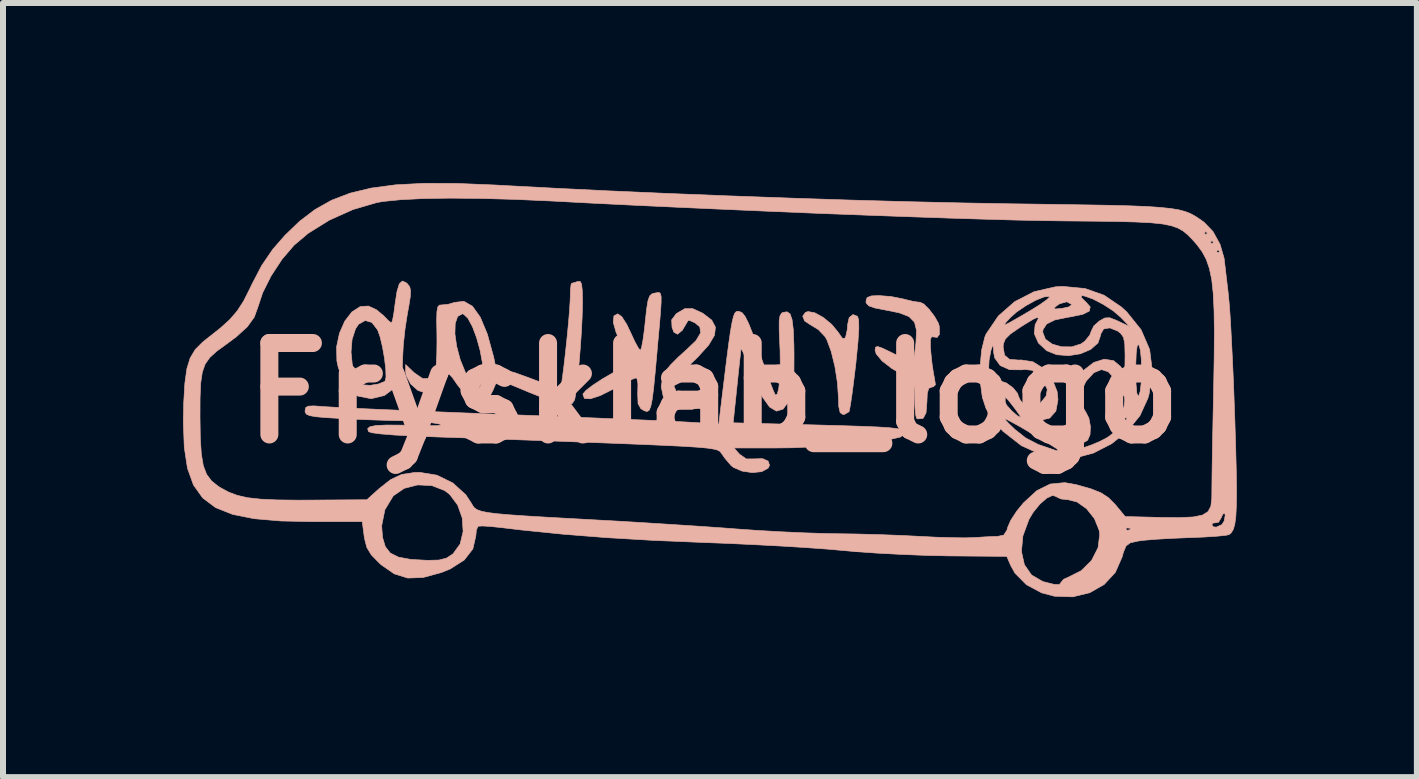
<source format=kicad_pcb>
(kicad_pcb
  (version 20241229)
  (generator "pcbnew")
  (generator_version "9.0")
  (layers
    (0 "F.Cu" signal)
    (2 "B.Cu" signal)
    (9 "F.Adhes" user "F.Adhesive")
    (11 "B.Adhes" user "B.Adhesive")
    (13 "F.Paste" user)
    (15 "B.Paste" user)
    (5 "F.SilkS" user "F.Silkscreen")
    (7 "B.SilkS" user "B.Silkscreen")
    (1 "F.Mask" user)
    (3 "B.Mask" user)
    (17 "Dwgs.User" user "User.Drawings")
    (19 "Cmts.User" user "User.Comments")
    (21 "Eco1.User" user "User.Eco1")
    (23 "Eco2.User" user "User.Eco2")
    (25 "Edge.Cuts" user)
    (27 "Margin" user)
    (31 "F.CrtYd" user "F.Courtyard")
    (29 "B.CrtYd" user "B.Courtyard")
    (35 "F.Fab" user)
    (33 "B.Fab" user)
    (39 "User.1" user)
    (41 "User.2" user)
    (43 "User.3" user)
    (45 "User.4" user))
  (footprint "Frysklab_logo"
    (layer "F.Cu")
    (at 8.841 3.501)
    (property "Reference" "Frysklab_logo" (at 0 0 0) (layer "B.SilkS") (effects (font (size 1.524 1.524) (thickness 0.3))))
    (attr through_hole)
    (fp_poly (pts (xy 1.688 -1.338) (xy 1.831 -1.259) (xy 1.971 -1.143) (xy 2.077 -1.014) (xy 2.143 -0.918) (xy 2.183 -0.906) (xy 2.203 -0.941) (xy 2.229 -1.059) (xy 2.235 -1.144) (xy 2.261 -1.259) (xy 2.324 -1.309) (xy 2.4 -1.278) (xy 2.419 -1.215) (xy 2.421 -1.076) (xy 2.407 -0.853) (xy 2.376 -0.539) (xy 2.37 -0.48) (xy 2.338 -0.215) (xy 2.308 0.016) (xy 2.282 0.191) (xy 2.263 0.293) (xy 2.258 0.31) (xy 2.187 0.352) (xy 2.156 0.356) (xy 2.11 0.326) (xy 2.087 0.226) (xy 2.082 0.089) (xy 2.065 -0.17) (xy 2.023 -0.441) (xy 1.962 -0.69) (xy 1.89 -0.885) (xy 1.859 -0.94) (xy 1.746 -1.059) (xy 1.619 -1.136) (xy 1.518 -1.202) (xy 1.486 -1.281) (xy 1.53 -1.344) (xy 1.575 -1.359) (xy 1.688 -1.338)) (stroke (width 0.01) (type solid)) (fill yes) (layer "B.SilkS"))
    (fp_poly (pts (xy -0.184 -1.333) (xy -0.17 -1.324) (xy -0.03 -1.216) (xy 0.032 -1.099) (xy 0.016 -0.964) (xy -0.081 -0.801) (xy -0.263 -0.6) (xy -0.361 -0.505) (xy -0.512 -0.35) (xy -0.617 -0.216) (xy -0.66 -0.125) (xy -0.66 -0.119) (xy -0.616 -0.011) (xy -0.496 0.052) (xy -0.318 0.063) (xy -0.203 0.045) (xy -0.036 0.018) (xy 0.039 0.033) (xy 0.024 0.09) (xy -0.028 0.148) (xy -0.166 0.225) (xy -0.357 0.27) (xy -0.558 0.272) (xy -0.592 0.267) (xy -0.741 0.196) (xy -0.837 0.061) (xy -0.873 -0.111) (xy -0.839 -0.294) (xy -0.797 -0.374) (xy -0.714 -0.473) (xy -0.583 -0.604) (xy -0.459 -0.715) (xy -0.291 -0.876) (xy -0.215 -1.004) (xy -0.229 -1.104) (xy -0.309 -1.171) (xy -0.393 -1.208) (xy -0.423 -1.211) (xy -0.521 -1.046) (xy -0.6 -0.981) (xy -0.661 -1.015) (xy -0.692 -1.097) (xy -0.698 -1.221) (xy -0.626 -1.317) (xy -0.612 -1.329) (xy -0.48 -1.407) (xy -0.348 -1.408) (xy -0.184 -1.333)) (stroke (width 0.01) (type solid)) (fill yes) (layer "B.SilkS"))
    (fp_poly (pts (xy -0.883 -1.655) (xy -0.873 -1.602) (xy -0.874 -1.503) (xy -0.884 -1.345) (xy -0.903 -1.115) (xy -0.932 -0.801) (xy -0.941 -0.692) (xy -0.973 -0.339) (xy -0.999 -0.076) (xy -1.023 0.109) (xy -1.047 0.227) (xy -1.075 0.289) (xy -1.111 0.307) (xy -1.156 0.293) (xy -1.212 0.259) (xy -1.258 0.176) (xy -1.264 0.007) (xy -1.263 -0.019) (xy -1.26 -0.157) (xy -1.276 -0.242) (xy -1.29 -0.254) (xy -1.355 -0.231) (xy -1.481 -0.169) (xy -1.642 -0.083) (xy -1.654 -0.076) (xy -1.885 0.04) (xy -2.053 0.095) (xy -2.152 0.089) (xy -2.177 0.02) (xy -2.175 0.013) (xy -2.127 -0.044) (xy -2.013 -0.131) (xy -1.856 -0.234) (xy -1.681 -0.336) (xy -1.512 -0.423) (xy -1.404 -0.47) (xy -1.403 -0.519) (xy -1.444 -0.632) (xy -1.518 -0.784) (xy -1.623 -1.009) (xy -1.671 -1.18) (xy -1.66 -1.287) (xy -1.596 -1.321) (xy -1.529 -1.274) (xy -1.446 -1.144) (xy -1.385 -1.016) (xy -1.313 -0.861) (xy -1.253 -0.751) (xy -1.219 -0.711) (xy -1.2 -0.758) (xy -1.176 -0.884) (xy -1.151 -1.067) (xy -1.139 -1.181) (xy -1.115 -1.402) (xy -1.092 -1.542) (xy -1.064 -1.62) (xy -1.024 -1.656) (xy -0.978 -1.667) (xy -0.935 -1.675) (xy -0.903 -1.675) (xy -0.883 -1.655)) (stroke (width 0.01) (type solid)) (fill yes) (layer "B.SilkS"))
    (fp_poly (pts (xy -5.118 -1.837) (xy -5.104 -1.824) (xy -5.065 -1.775) (xy -5.049 -1.712) (xy -5.053 -1.61) (xy -5.079 -1.445) (xy -5.102 -1.323) (xy -5.141 -1.07) (xy -5.17 -0.802) (xy -5.182 -0.574) (xy -5.182 -0.563) (xy -5.188 -0.361) (xy -5.213 -0.23) (xy -5.263 -0.137) (xy -5.288 -0.108) (xy -5.485 0.04) (xy -5.706 0.093) (xy -5.931 0.049) (xy -6.059 -0.049) (xy -6.173 -0.218) (xy -6.254 -0.429) (xy -6.277 -0.535) (xy -6.28 -0.684) (xy -6.041 -0.684) (xy -6.02 -0.475) (xy -5.965 -0.294) (xy -5.881 -0.169) (xy -5.83 -0.137) (xy -5.724 -0.129) (xy -5.588 -0.151) (xy -5.482 -0.193) (xy -5.473 -0.201) (xy -5.458 -0.269) (xy -5.463 -0.406) (xy -5.484 -0.583) (xy -5.517 -0.771) (xy -5.557 -0.938) (xy -5.597 -1.051) (xy -5.693 -1.177) (xy -5.805 -1.21) (xy -5.914 -1.149) (xy -5.966 -1.072) (xy -6.024 -0.893) (xy -6.041 -0.684) (xy -6.28 -0.684) (xy -6.282 -0.77) (xy -6.234 -0.997) (xy -6.146 -1.198) (xy -6.027 -1.352) (xy -5.888 -1.442) (xy -5.752 -1.451) (xy -5.618 -1.389) (xy -5.502 -1.293) (xy -5.419 -1.208) (xy -5.369 -1.169) (xy -5.367 -1.168) (xy -5.349 -1.214) (xy -5.327 -1.333) (xy -5.31 -1.464) (xy -5.276 -1.69) (xy -5.236 -1.822) (xy -5.185 -1.868) (xy -5.118 -1.837)) (stroke (width 0.01) (type solid)) (fill yes) (layer "B.SilkS"))
    (fp_poly (pts (xy 2.954 -1.61) (xy 3.153 -1.571) (xy 3.175 -1.565) (xy 3.317 -1.53) (xy 3.421 -1.515) (xy 3.438 -1.516) (xy 3.503 -1.485) (xy 3.593 -1.396) (xy 3.682 -1.279) (xy 3.746 -1.167) (xy 3.761 -1.118) (xy 3.765 -0.979) (xy 3.725 -0.927) (xy 3.678 -0.935) (xy 3.634 -0.939) (xy 3.614 -0.894) (xy 3.614 -0.78) (xy 3.622 -0.673) (xy 3.642 -0.484) (xy 3.668 -0.315) (xy 3.683 -0.241) (xy 3.698 -0.139) (xy 3.66 -0.103) (xy 3.638 -0.102) (xy 3.587 -0.079) (xy 3.562 0.003) (xy 3.556 0.147) (xy 3.541 0.33) (xy 3.495 0.418) (xy 3.485 0.423) (xy 3.403 0.43) (xy 3.383 0.42) (xy 3.367 0.356) (xy 3.356 0.223) (xy 3.353 0.094) (xy 3.349 -0.074) (xy 3.329 -0.172) (xy 3.278 -0.233) (xy 3.188 -0.284) (xy 2.973 -0.409) (xy 2.808 -0.537) (xy 2.711 -0.653) (xy 2.692 -0.715) (xy 2.699 -0.764) (xy 2.733 -0.777) (xy 2.812 -0.75) (xy 2.958 -0.68) (xy 3.002 -0.658) (xy 3.159 -0.582) (xy 3.275 -0.531) (xy 3.326 -0.517) (xy 3.326 -0.517) (xy 3.338 -0.572) (xy 3.356 -0.699) (xy 3.373 -0.842) (xy 3.383 -1.043) (xy 3.349 -1.182) (xy 3.258 -1.275) (xy 3.094 -1.338) (xy 2.876 -1.382) (xy 2.691 -1.418) (xy 2.587 -1.454) (xy 2.545 -1.5) (xy 2.54 -1.532) (xy 2.559 -1.592) (xy 2.632 -1.62) (xy 2.756 -1.625) (xy 2.954 -1.61)) (stroke (width 0.01) (type solid)) (fill yes) (layer "B.SilkS"))
    (fp_poly (pts (xy -2.2 -1.82) (xy -2.188 -1.714) (xy -2.184 -1.527) (xy -2.184 -1.491) (xy -2.189 -1.286) (xy -2.201 -1.033) (xy -2.22 -0.758) (xy -2.242 -0.483) (xy -2.266 -0.233) (xy -2.29 -0.031) (xy -2.312 0.098) (xy -2.316 0.114) (xy -2.356 0.174) (xy -2.436 0.195) (xy -2.569 0.174) (xy -2.766 0.11) (xy -3.039 0.000223) (xy -3.048 -0.003) (xy -3.254 -0.089) (xy -3.425 -0.16) (xy -3.541 -0.205) (xy -3.576 -0.218) (xy -3.618 -0.182) (xy -3.662 -0.081) (xy -3.666 -0.067) (xy -3.742 0.083) (xy -3.855 0.146) (xy -3.993 0.126) (xy -4.14 0.023) (xy -4.271 -0.142) (xy -4.351 -0.258) (xy -4.405 -0.317) (xy -4.42 -0.312) (xy -4.461 -0.217) (xy -4.561 -0.113) (xy -4.684 -0.031) (xy -4.789 0) (xy -4.926 -0.044) (xy -5.048 -0.153) (xy -5.122 -0.293) (xy -5.131 -0.356) (xy -5.131 -0.476) (xy -4.987 -0.338) (xy -4.848 -0.243) (xy -4.735 -0.244) (xy -4.651 -0.34) (xy -4.638 -0.373) (xy -4.622 -0.47) (xy -4.612 -0.64) (xy -4.609 -0.854) (xy -4.61 -0.981) (xy -4.61 -0.988) (xy -4.31 -0.988) (xy -4.281 -0.781) (xy -4.222 -0.558) (xy -4.133 -0.339) (xy -4.066 -0.216) (xy -3.984 -0.095) (xy -3.932 -0.061) (xy -3.889 -0.111) (xy -3.86 -0.181) (xy -3.839 -0.317) (xy -3.851 -0.502) (xy -3.89 -0.711) (xy -3.948 -0.921) (xy -4.018 -1.108) (xy -4.094 -1.248) (xy -4.168 -1.317) (xy -4.187 -1.321) (xy -4.265 -1.277) (xy -4.305 -1.16) (xy -4.31 -0.988) (xy -4.61 -0.988) (xy -4.614 -1.21) (xy -4.61 -1.355) (xy -4.596 -1.435) (xy -4.569 -1.466) (xy -4.533 -1.469) (xy -4.42 -1.48) (xy -4.318 -1.511) (xy -4.161 -1.53) (xy -4.018 -1.448) (xy -3.887 -1.265) (xy -3.769 -0.982) (xy -3.664 -0.599) (xy -3.63 -0.434) (xy -3.601 -0.34) (xy -3.567 -0.34) (xy -3.557 -0.354) (xy -3.519 -0.38) (xy -3.444 -0.377) (xy -3.314 -0.341) (xy -3.113 -0.269) (xy -3.04 -0.242) (xy -2.839 -0.166) (xy -2.677 -0.109) (xy -2.575 -0.077) (xy -2.551 -0.074) (xy -2.537 -0.13) (xy -2.517 -0.267) (xy -2.492 -0.461) (xy -2.466 -0.69) (xy -2.44 -0.934) (xy -2.417 -1.171) (xy -2.4 -1.378) (xy -2.39 -1.534) (xy -2.388 -1.587) (xy -2.384 -1.728) (xy -2.373 -1.815) (xy -2.366 -1.829) (xy -2.307 -1.845) (xy -2.265 -1.86) (xy -2.224 -1.862) (xy -2.2 -1.82)) (stroke (width 0.01) (type solid)) (fill yes) (layer "B.SilkS"))
    (fp_poly (pts (xy 0.428 -1.361) (xy 0.477 -1.339) (xy 0.527 -1.276) (xy 0.585 -1.16) (xy 0.658 -0.976) (xy 0.753 -0.711) (xy 0.766 -0.673) (xy 0.853 -0.428) (xy 0.929 -0.218) (xy 0.988 -0.062) (xy 1.024 0.022) (xy 1.03 0.031) (xy 1.062 0.018) (xy 1.087 -0.08) (xy 1.105 -0.245) (xy 1.112 -0.461) (xy 1.109 -0.71) (xy 1.104 -0.816) (xy 1.094 -1.05) (xy 1.094 -1.202) (xy 1.108 -1.29) (xy 1.136 -1.333) (xy 1.156 -1.344) (xy 1.226 -1.355) (xy 1.276 -1.319) (xy 1.309 -1.223) (xy 1.329 -1.056) (xy 1.339 -0.805) (xy 1.341 -0.651) (xy 1.34 -0.368) (xy 1.332 -0.166) (xy 1.314 -0.023) (xy 1.283 0.082) (xy 1.256 0.14) (xy 1.155 0.269) (xy 1.048 0.3) (xy 0.934 0.232) (xy 0.813 0.063) (xy 0.683 -0.205) (xy 0.608 -0.394) (xy 0.542 -0.567) (xy 0.489 -0.688) (xy 0.46 -0.739) (xy 0.457 -0.737) (xy 0.45 -0.668) (xy 0.434 -0.521) (xy 0.412 -0.318) (xy 0.389 -0.096) (xy 0.327 0.495) (xy 1.675 0.53) (xy 2.113 0.542) (xy 2.46 0.553) (xy 2.726 0.564) (xy 2.92 0.576) (xy 3.054 0.591) (xy 3.137 0.608) (xy 3.179 0.63) (xy 3.19 0.657) (xy 3.186 0.677) (xy 3.115 0.732) (xy 2.944 0.772) (xy 2.673 0.798) (xy 2.302 0.809) (xy 2.248 0.81) (xy 2.01 0.816) (xy 1.836 0.83) (xy 1.74 0.851) (xy 1.727 0.864) (xy 1.678 0.885) (xy 1.537 0.901) (xy 1.315 0.911) (xy 1.034 0.914) (xy 0.34 0.914) (xy 0.435 1.02) (xy 0.546 1.097) (xy 0.679 1.096) (xy 0.817 1.092) (xy 0.909 1.133) (xy 0.934 1.203) (xy 0.909 1.251) (xy 0.803 1.309) (xy 0.646 1.325) (xy 0.476 1.3) (xy 0.332 1.238) (xy 0.29 1.204) (xy 0.192 1.089) (xy 0.126 0.995) (xy 0.105 0.97) (xy 0.065 0.949) (xy -0.002 0.932) (xy -0.109 0.916) (xy -0.264 0.902) (xy -0.477 0.888) (xy -0.76 0.874) (xy -1.121 0.858) (xy -1.571 0.84) (xy -1.703 0.835) (xy -2.183 0.817) (xy -2.687 0.798) (xy -3.193 0.78) (xy -3.676 0.762) (xy -4.113 0.747) (xy -4.482 0.735) (xy -4.597 0.731) (xy -4.992 0.716) (xy -5.312 0.699) (xy -5.549 0.68) (xy -5.698 0.66) (xy -5.75 0.641) (xy -5.764 0.593) (xy -5.726 0.56) (xy -5.624 0.54) (xy -5.448 0.532) (xy -5.187 0.534) (xy -5.035 0.537) (xy -4.776 0.543) (xy -4.614 0.542) (xy -4.543 0.534) (xy -4.558 0.519) (xy -4.597 0.509) (xy -4.752 0.486) (xy -4.963 0.468) (xy -5.184 0.46) (xy -5.186 0.46) (xy -5.4 0.456) (xy -5.675 0.447) (xy -5.972 0.435) (xy -6.19 0.424) (xy -6.45 0.409) (xy -6.625 0.394) (xy -6.732 0.375) (xy -6.786 0.35) (xy -6.806 0.315) (xy -6.807 0.294) (xy -6.798 0.243) (xy -6.757 0.218) (xy -6.662 0.213) (xy -6.49 0.225) (xy -6.464 0.227) (xy -6.347 0.234) (xy -6.138 0.245) (xy -5.851 0.259) (xy -5.496 0.275) (xy -5.084 0.292) (xy -4.627 0.311) (xy -4.135 0.331) (xy -3.62 0.351) (xy -3.505 0.355) (xy -2.98 0.375) (xy -2.471 0.395) (xy -1.99 0.414) (xy -1.549 0.433) (xy -1.159 0.449) (xy -0.832 0.463) (xy -0.582 0.475) (xy -0.419 0.484) (xy -0.401 0.485) (xy 0.088 0.515) (xy 0.117 0.27) (xy 0.172 -0.18) (xy 0.216 -0.54) (xy 0.252 -0.819) (xy 0.282 -1.028) (xy 0.308 -1.175) (xy 0.331 -1.273) (xy 0.353 -1.33) (xy 0.377 -1.357) (xy 0.404 -1.364) (xy 0.428 -1.361)) (stroke (width 0.01) (type solid)) (fill yes) (layer "B.SilkS"))
    (fp_poly (pts (xy 6.191 -1.743) (xy 6.509 -1.631) (xy 6.798 -1.434) (xy 6.888 -1.351) (xy 7.125 -1.056) (xy 7.267 -0.728) (xy 7.312 -0.371) (xy 7.259 0.014) (xy 7.239 0.085) (xy 7.105 0.378) (xy 6.896 0.635) (xy 6.632 0.845) (xy 6.333 0.998) (xy 6.016 1.084) (xy 5.702 1.091) (xy 5.512 1.049) (xy 5.13 0.875) (xy 4.816 0.63) (xy 4.656 0.421) (xy 4.851 0.421) (xy 4.858 0.44) (xy 4.924 0.511) (xy 5.024 0.607) (xy 5.202 0.747) (xy 5.411 0.856) (xy 5.684 0.949) (xy 5.728 0.962) (xy 5.74 0.944) (xy 5.716 0.926) (xy 6.036 0.926) (xy 6.08 0.929) (xy 6.174 0.907) (xy 6.296 0.865) (xy 6.426 0.811) (xy 6.542 0.752) (xy 6.588 0.723) (xy 6.709 0.627) (xy 6.812 0.529) (xy 6.877 0.45) (xy 6.887 0.41) (xy 6.879 0.408) (xy 6.806 0.437) (xy 6.736 0.483) (xy 6.646 0.529) (xy 6.597 0.529) (xy 6.56 0.454) (xy 6.557 0.32) (xy 6.57 0.248) (xy 6.748 0.248) (xy 6.763 0.308) (xy 6.801 0.3) (xy 6.838 0.232) (xy 6.853 0.119) (xy 6.848 0.066) (xy 6.826 0.028) (xy 6.793 0.081) (xy 6.77 0.14) (xy 6.748 0.248) (xy 6.57 0.248) (xy 6.586 0.165) (xy 6.632 0.046) (xy 6.683 -0.135) (xy 6.64 -0.288) (xy 6.579 -0.355) (xy 6.5 -0.381) (xy 7.036 -0.381) (xy 7.041 -0.144) (xy 7.054 0.002) (xy 7.077 0.051) (xy 7.085 0.047) (xy 7.109 -0.025) (xy 7.127 -0.169) (xy 7.134 -0.356) (xy 7.135 -0.381) (xy 7.128 -0.571) (xy 7.112 -0.722) (xy 7.088 -0.805) (xy 7.085 -0.809) (xy 7.06 -0.788) (xy 7.044 -0.67) (xy 7.036 -0.459) (xy 7.036 -0.381) (xy 6.5 -0.381) (xy 6.465 -0.392) (xy 6.338 -0.34) (xy 6.215 -0.206) (xy 6.2 -0.182) (xy 6.113 0.003) (xy 6.111 0.156) (xy 6.193 0.3) (xy 6.198 0.305) (xy 6.255 0.417) (xy 6.281 0.559) (xy 6.274 0.694) (xy 6.234 0.785) (xy 6.211 0.8) (xy 6.134 0.842) (xy 6.065 0.89) (xy 6.036 0.926) (xy 5.716 0.926) (xy 5.7 0.914) (xy 5.593 0.847) (xy 5.444 0.756) (xy 5.273 0.656) (xy 5.105 0.558) (xy 4.96 0.478) (xy 4.863 0.427) (xy 4.851 0.421) (xy 4.656 0.421) (xy 4.575 0.317) (xy 4.54 0.254) (xy 4.483 0.08) (xy 4.842 0.08) (xy 4.847 0.133) (xy 4.889 0.207) (xy 4.975 0.302) (xy 5.067 0.38) (xy 5.121 0.405) (xy 5.103 0.37) (xy 5.039 0.28) (xy 5 0.229) (xy 4.904 0.107) (xy 4.855 0.06) (xy 4.842 0.08) (xy 4.483 0.08) (xy 4.479 0.067) (xy 4.446 -0.182) (xy 4.444 -0.351) (xy 4.582 -0.351) (xy 4.592 -0.16) (xy 4.623 -0.025) (xy 4.654 0.035) (xy 4.667 0.007) (xy 4.67 -0.064) (xy 4.693 -0.17) (xy 4.766 -0.203) (xy 4.775 -0.203) (xy 4.88 -0.169) (xy 4.99 -0.089) (xy 5.067 0.005) (xy 5.08 0.051) (xy 5.113 0.12) (xy 5.186 0.208) (xy 5.293 0.315) (xy 5.441 0.173) (xy 5.542 0.049) (xy 5.561 -0.056) (xy 5.557 -0.073) (xy 5.5 -0.187) (xy 5.417 -0.297) (xy 5.312 -0.38) (xy 5.186 -0.394) (xy 5.137 -0.388) (xy 4.934 -0.39) (xy 4.777 -0.46) (xy 4.685 -0.587) (xy 4.669 -0.674) (xy 4.664 -0.766) (xy 4.826 -0.766) (xy 4.85 -0.631) (xy 4.933 -0.563) (xy 5.089 -0.55) (xy 5.12 -0.553) (xy 5.32 -0.523) (xy 5.501 -0.411) (xy 5.642 -0.239) (xy 5.726 -0.026) (xy 5.74 0.111) (xy 5.705 0.3) (xy 5.601 0.417) (xy 5.427 0.458) (xy 5.419 0.458) (xy 5.337 0.461) (xy 5.313 0.477) (xy 5.356 0.518) (xy 5.474 0.595) (xy 5.537 0.635) (xy 5.709 0.739) (xy 5.821 0.792) (xy 5.9 0.8) (xy 5.97 0.769) (xy 6.007 0.742) (xy 6.084 0.63) (xy 6.078 0.471) (xy 6.015 0.31) (xy 5.959 0.092) (xy 6.001 -0.131) (xy 6.141 -0.35) (xy 6.168 -0.38) (xy 6.337 -0.511) (xy 6.511 -0.565) (xy 6.668 -0.54) (xy 6.779 -0.446) (xy 6.822 -0.391) (xy 6.846 -0.392) (xy 6.856 -0.463) (xy 6.858 -0.62) (xy 6.858 -0.643) (xy 6.853 -0.822) (xy 6.832 -0.929) (xy 6.784 -0.997) (xy 6.734 -1.035) (xy 6.603 -1.087) (xy 6.501 -1.069) (xy 6.453 -0.986) (xy 6.452 -0.969) (xy 6.406 -0.835) (xy 6.285 -0.728) (xy 6.114 -0.655) (xy 5.917 -0.624) (xy 5.718 -0.64) (xy 5.551 -0.707) (xy 5.414 -0.835) (xy 5.346 -0.989) (xy 5.348 -1.013) (xy 5.486 -1.013) (xy 5.531 -0.898) (xy 5.645 -0.816) (xy 5.801 -0.772) (xy 5.97 -0.771) (xy 6.125 -0.82) (xy 6.188 -0.866) (xy 6.268 -0.963) (xy 6.299 -1.042) (xy 6.338 -1.12) (xy 6.429 -1.201) (xy 6.521 -1.252) (xy 6.6 -1.256) (xy 6.711 -1.214) (xy 6.747 -1.197) (xy 6.934 -1.109) (xy 6.787 -1.263) (xy 6.659 -1.372) (xy 6.492 -1.48) (xy 6.321 -1.569) (xy 6.179 -1.619) (xy 6.135 -1.624) (xy 6.125 -1.598) (xy 6.185 -1.536) (xy 6.198 -1.526) (xy 6.277 -1.438) (xy 6.263 -1.368) (xy 6.154 -1.313) (xy 5.946 -1.27) (xy 5.917 -1.266) (xy 5.69 -1.22) (xy 5.552 -1.153) (xy 5.491 -1.059) (xy 5.486 -1.013) (xy 5.348 -1.013) (xy 5.359 -1.14) (xy 5.378 -1.176) (xy 5.413 -1.242) (xy 5.4 -1.262) (xy 5.329 -1.232) (xy 5.19 -1.148) (xy 5.103 -1.093) (xy 4.948 -0.986) (xy 4.863 -0.902) (xy 4.83 -0.819) (xy 4.826 -0.766) (xy 4.664 -0.766) (xy 4.663 -0.78) (xy 4.651 -0.79) (xy 4.623 -0.713) (xy 4.623 -0.711) (xy 4.592 -0.55) (xy 4.582 -0.351) (xy 4.444 -0.351) (xy 4.443 -0.456) (xy 4.468 -0.719) (xy 4.522 -0.936) (xy 4.543 -0.986) (xy 4.65 -1.143) (xy 4.847 -1.143) (xy 4.862 -1.139) (xy 4.936 -1.176) (xy 5.078 -1.257) (xy 5.278 -1.374) (xy 5.344 -1.415) (xy 5.672 -1.415) (xy 5.698 -1.402) (xy 5.811 -1.412) (xy 5.922 -1.437) (xy 5.968 -1.471) (xy 5.966 -1.479) (xy 5.887 -1.522) (xy 5.768 -1.489) (xy 5.72 -1.457) (xy 5.672 -1.415) (xy 5.344 -1.415) (xy 5.44 -1.475) (xy 5.554 -1.556) (xy 5.603 -1.605) (xy 5.6 -1.613) (xy 5.508 -1.603) (xy 5.366 -1.546) (xy 5.204 -1.456) (xy 5.051 -1.352) (xy 4.948 -1.26) (xy 4.878 -1.185) (xy 4.847 -1.143) (xy 4.65 -1.143) (xy 4.746 -1.285) (xy 5.019 -1.524) (xy 5.342 -1.69) (xy 5.696 -1.771) (xy 5.82 -1.778) (xy 6.191 -1.743)) (stroke (width 0.01) (type solid)) (fill yes) (layer "B.SilkS"))
    (fp_poly (pts (xy -4.277 -3.494) (xy -3.642 -3.468) (xy -3.538 -3.462) (xy -2.676 -3.416) (xy -1.743 -3.37) (xy -0.76 -3.327) (xy 0.252 -3.287) (xy 1.271 -3.25) (xy 2.275 -3.217) (xy 3.245 -3.19) (xy 4.159 -3.169) (xy 4.994 -3.154) (xy 5.08 -3.153) (xy 5.674 -3.145) (xy 6.175 -3.137) (xy 6.593 -3.13) (xy 6.936 -3.121) (xy 7.215 -3.11) (xy 7.437 -3.095) (xy 7.613 -3.077) (xy 7.751 -3.055) (xy 7.86 -3.026) (xy 7.949 -2.991) (xy 8.028 -2.948) (xy 8.105 -2.897) (xy 8.175 -2.847) (xy 8.323 -2.693) (xy 8.441 -2.479) (xy 8.509 -2.245) (xy 8.512 -2.215) (xy 8.527 -2.091) (xy 8.549 -1.901) (xy 8.575 -1.683) (xy 8.581 -1.626) (xy 8.596 -1.466) (xy 8.613 -1.222) (xy 8.63 -0.909) (xy 8.648 -0.544) (xy 8.666 -0.145) (xy 8.681 0.273) (xy 8.687 0.436) (xy 8.702 0.923) (xy 8.712 1.318) (xy 8.716 1.632) (xy 8.713 1.874) (xy 8.704 2.054) (xy 8.687 2.183) (xy 8.662 2.271) (xy 8.628 2.327) (xy 8.591 2.359) (xy 8.523 2.372) (xy 8.375 2.386) (xy 8.168 2.399) (xy 7.925 2.409) (xy 7.915 2.409) (xy 7.65 2.42) (xy 7.402 2.434) (xy 7.2 2.45) (xy 7.078 2.465) (xy 6.947 2.494) (xy 6.875 2.546) (xy 6.831 2.651) (xy 6.809 2.731) (xy 6.696 2.988) (xy 6.51 3.189) (xy 6.268 3.327) (xy 5.986 3.395) (xy 5.681 3.385) (xy 5.469 3.329) (xy 5.215 3.194) (xy 5.023 3) (xy 4.952 2.872) (xy 4.887 2.721) (xy 3.929 2.713) (xy 3.549 2.705) (xy 3.13 2.688) (xy 2.712 2.666) (xy 2.334 2.639) (xy 2.325 2.638) (xy 5.131 2.638) (xy 5.18 2.859) (xy 5.299 3.031) (xy 5.485 3.139) (xy 5.502 3.144) (xy 5.671 3.187) (xy 5.762 3.191) (xy 5.791 3.156) (xy 5.791 3.153) (xy 5.834 3.103) (xy 5.905 3.071) (xy 6.128 2.959) (xy 6.301 2.787) (xy 6.408 2.576) (xy 6.436 2.351) (xy 6.425 2.282) (xy 6.413 2.252) (xy 6.875 2.252) (xy 6.882 2.282) (xy 6.909 2.286) (xy 6.951 2.267) (xy 6.943 2.252) (xy 6.882 2.246) (xy 6.875 2.252) (xy 6.413 2.252) (xy 6.385 2.184) (xy 8.306 2.184) (xy 8.321 2.225) (xy 8.376 2.235) (xy 8.473 2.191) (xy 8.51 2.13) (xy 8.527 2.035) (xy 8.518 1.999) (xy 8.486 2.019) (xy 8.459 2.08) (xy 8.416 2.152) (xy 8.382 2.159) (xy 8.32 2.167) (xy 8.306 2.184) (xy 6.385 2.184) (xy 6.348 2.092) (xy 6.217 1.927) (xy 6.059 1.815) (xy 5.916 1.778) (xy 5.791 1.764) (xy 5.717 1.73) (xy 5.715 1.726) (xy 5.652 1.704) (xy 5.553 1.75) (xy 5.438 1.85) (xy 5.327 1.986) (xy 5.257 2.104) (xy 5.155 2.381) (xy 5.131 2.638) (xy 2.325 2.638) (xy 2.159 2.623) (xy 1.886 2.599) (xy 1.534 2.574) (xy 1.128 2.549) (xy 0.69 2.526) (xy 0.244 2.505) (xy -0.152 2.49) (xy -1.01 2.454) (xy -1.789 2.408) (xy -2.512 2.351) (xy -3.201 2.281) (xy -3.531 2.242) (xy -3.712 2.223) (xy -3.853 2.214) (xy -3.923 2.219) (xy -3.924 2.219) (xy -3.952 2.281) (xy -3.962 2.383) (xy -4.011 2.597) (xy -4.154 2.781) (xy -4.389 2.931) (xy -4.535 2.99) (xy -4.841 3.073) (xy -5.096 3.082) (xy -5.321 3.012) (xy -5.537 2.862) (xy -5.567 2.835) (xy -5.703 2.696) (xy -5.778 2.572) (xy -5.817 2.421) (xy -5.822 2.386) (xy -5.845 2.212) (xy -5.531 2.212) (xy -5.516 2.406) (xy -5.47 2.559) (xy -5.386 2.666) (xy -5.249 2.734) (xy -5.043 2.772) (xy -4.765 2.787) (xy -4.577 2.782) (xy -4.45 2.75) (xy -4.345 2.681) (xy -4.341 2.678) (xy -4.223 2.515) (xy -4.173 2.307) (xy -4.188 2.081) (xy -4.264 1.866) (xy -4.397 1.688) (xy -4.48 1.624) (xy -4.694 1.541) (xy -4.93 1.53) (xy -5.154 1.587) (xy -5.332 1.709) (xy -5.34 1.717) (xy -5.477 1.944) (xy -5.531 2.212) (xy -5.845 2.212) (xy -5.854 2.141) (xy -6.674 2.142) (xy -7.21 2.131) (xy -7.655 2.093) (xy -8.015 2.021) (xy -8.299 1.908) (xy -8.513 1.747) (xy -8.667 1.531) (xy -8.767 1.252) (xy -8.82 0.904) (xy -8.836 0.479) (xy -8.834 0.402) (xy -8.558 0.402) (xy -8.553 0.751) (xy -8.536 1.014) (xy -8.503 1.21) (xy -8.448 1.354) (xy -8.366 1.463) (xy -8.254 1.553) (xy -8.214 1.578) (xy -8.081 1.65) (xy -7.937 1.704) (xy -7.766 1.743) (xy -7.551 1.767) (xy -7.276 1.78) (xy -6.925 1.784) (xy -6.711 1.783) (xy -5.777 1.777) (xy -5.578 1.597) (xy -5.381 1.441) (xy -5.196 1.355) (xy -4.982 1.323) (xy -4.896 1.321) (xy -4.609 1.368) (xy -4.344 1.498) (xy -4.128 1.695) (xy -4.034 1.838) (xy -4.01 1.88) (xy -3.981 1.916) (xy -3.936 1.945) (xy -3.865 1.97) (xy -3.759 1.991) (xy -3.607 2.01) (xy -3.401 2.028) (xy -3.129 2.047) (xy -2.783 2.068) (xy -2.351 2.092) (xy -2.007 2.111) (xy -1.572 2.135) (xy -1.112 2.163) (xy -0.655 2.192) (xy -0.226 2.22) (xy 0.147 2.246) (xy 0.355 2.262) (xy 0.724 2.288) (xy 1.124 2.311) (xy 1.519 2.329) (xy 1.87 2.34) (xy 2.031 2.343) (xy 2.373 2.348) (xy 2.754 2.358) (xy 3.125 2.372) (xy 3.429 2.387) (xy 3.705 2.401) (xy 3.969 2.409) (xy 4.191 2.412) (xy 4.342 2.408) (xy 4.343 2.408) (xy 4.523 2.396) (xy 4.683 2.389) (xy 4.733 2.388) (xy 4.837 2.366) (xy 4.89 2.283) (xy 4.902 2.237) (xy 4.953 2.12) (xy 5.053 1.967) (xy 5.164 1.831) (xy 5.387 1.626) (xy 5.611 1.515) (xy 5.853 1.492) (xy 6.041 1.525) (xy 6.284 1.593) (xy 6.454 1.66) (xy 6.579 1.741) (xy 6.687 1.849) (xy 6.709 1.874) (xy 6.86 2.057) (xy 7.456 2.072) (xy 7.769 2.075) (xy 7.995 2.064) (xy 8.148 2.033) (xy 8.241 1.975) (xy 8.288 1.885) (xy 8.303 1.756) (xy 8.304 1.7) (xy 8.305 1.585) (xy 8.307 1.384) (xy 8.311 1.112) (xy 8.317 0.784) (xy 8.324 0.416) (xy 8.332 0.024) (xy 8.334 -0.07) (xy 8.343 -0.593) (xy 8.346 -1.025) (xy 8.341 -1.379) (xy 8.327 -1.664) (xy 8.302 -1.894) (xy 8.263 -2.078) (xy 8.211 -2.228) (xy 8.143 -2.356) (xy 8.138 -2.362) (xy 8.382 -2.362) (xy 8.407 -2.337) (xy 8.433 -2.362) (xy 8.407 -2.388) (xy 8.382 -2.362) (xy 8.138 -2.362) (xy 8.057 -2.472) (xy 8.02 -2.515) (xy 8.28 -2.515) (xy 8.306 -2.489) (xy 8.331 -2.515) (xy 8.306 -2.54) (xy 8.28 -2.515) (xy 8.02 -2.515) (xy 7.982 -2.557) (xy 7.905 -2.636) (xy 7.868 -2.667) (xy 8.179 -2.667) (xy 8.204 -2.642) (xy 8.23 -2.667) (xy 8.204 -2.692) (xy 8.179 -2.667) (xy 7.868 -2.667) (xy 7.828 -2.7) (xy 7.74 -2.75) (xy 7.63 -2.789) (xy 7.486 -2.818) (xy 7.296 -2.838) (xy 7.05 -2.851) (xy 6.736 -2.86) (xy 6.342 -2.865) (xy 5.893 -2.869) (xy 5.521 -2.874) (xy 5.059 -2.883) (xy 4.518 -2.898) (xy 3.908 -2.917) (xy 3.242 -2.94) (xy 2.53 -2.966) (xy 1.784 -2.994) (xy 1.015 -3.026) (xy 0.233 -3.06) (xy -0.55 -3.095) (xy -1.323 -3.131) (xy -2.074 -3.168) (xy -2.692 -3.201) (xy -3.305 -3.228) (xy -3.874 -3.244) (xy -4.389 -3.249) (xy -4.839 -3.242) (xy -5.215 -3.223) (xy -5.505 -3.194) (xy -5.613 -3.175) (xy -6.012 -3.058) (xy -6.403 -2.882) (xy -6.754 -2.664) (xy -6.992 -2.463) (xy -7.192 -2.229) (xy -7.373 -1.953) (xy -7.514 -1.672) (xy -7.592 -1.437) (xy -7.653 -1.267) (xy -7.768 -1.107) (xy -7.952 -0.939) (xy -8.123 -0.812) (xy -8.28 -0.698) (xy -8.394 -0.594) (xy -8.472 -0.484) (xy -8.52 -0.347) (xy -8.547 -0.164) (xy -8.557 0.082) (xy -8.558 0.402) (xy -8.834 0.402) (xy -8.829 0.153) (xy -8.81 -0.166) (xy -8.777 -0.405) (xy -8.722 -0.584) (xy -8.638 -0.725) (xy -8.516 -0.848) (xy -8.451 -0.9) (xy -8.224 -1.079) (xy -8.06 -1.227) (xy -7.937 -1.37) (xy -7.833 -1.531) (xy -7.728 -1.739) (xy -7.696 -1.807) (xy -7.53 -2.126) (xy -7.346 -2.395) (xy -7.145 -2.626) (xy -6.9 -2.862) (xy -6.644 -3.057) (xy -6.367 -3.213) (xy -6.057 -3.332) (xy -5.704 -3.417) (xy -5.297 -3.471) (xy -4.825 -3.496) (xy -4.277 -3.494)) (stroke (width 0.01) (type solid)) (fill yes) (layer "B.SilkS")))
  (gr_rect
    (start -3 -3)
    (end 20.562 9.901)
    (stroke (width 0.1) (type default))
    (fill no)
    (layer "Edge.Cuts")))
</source>
